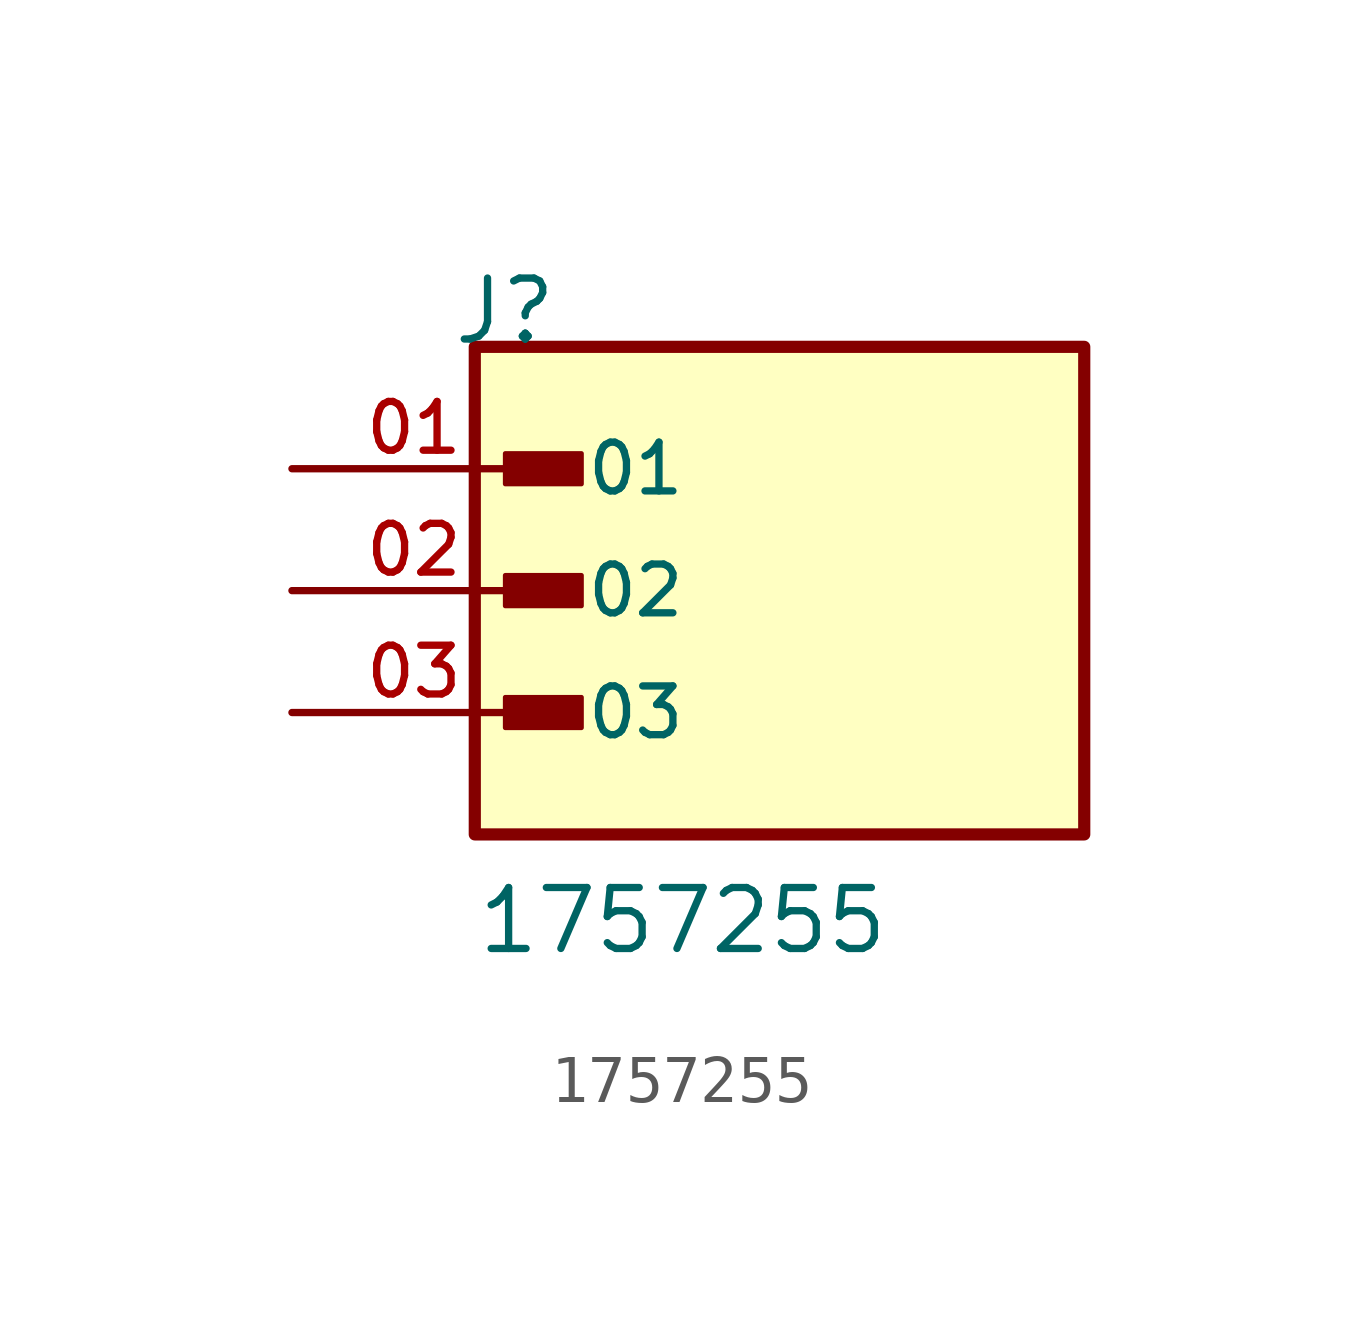
<source format=kicad_sym>
(kicad_symbol_lib
  (version 20211014)
  (generator kicad_symbol_editor)
  (symbol "1757255"
    (pin_names
      (offset 1.016))
    (property "Reference" "J"
      (at -6.85 5.08 0)
      (effects (font (size 1.27 1.27)) (justify bottom left)))
    (property "Value" "1757255"
      (at -6.35 -7.62 0)
      (effects (font (size 1.27 1.27)) (justify bottom left)))
    (symbol "1757255_0_0"
      (rectangle (start -5.715 2.223) (end -4.128 2.857) (stroke (width 0.1)) (fill (type outline)))
      (rectangle (start -5.715 -0.318) (end -4.128 0.318) (stroke (width 0.1)) (fill (type outline)))
      (rectangle (start -5.715 -2.857) (end -4.128 -2.223) (stroke (width 0.1)) (fill (type outline)))
      (rectangle (start -6.35 -5.08) (end 6.35 5.08) (stroke (width 0.254)) (fill (type background)))
      (pin passive line (at -10.16 2.54 0) (length 5.08) (name "01" (effects (font (size 1.016 1.016)))) (number "01" (effects (font (size 1.016 1.016)))))
      (pin passive line (at -10.16 0.0 0) (length 5.08) (name "02" (effects (font (size 1.016 1.016)))) (number "02" (effects (font (size 1.016 1.016)))))
      (pin passive line (at -10.16 -2.54 0) (length 5.08) (name "03" (effects (font (size 1.016 1.016)))) (number "03" (effects (font (size 1.016 1.016))))))))
</source>
